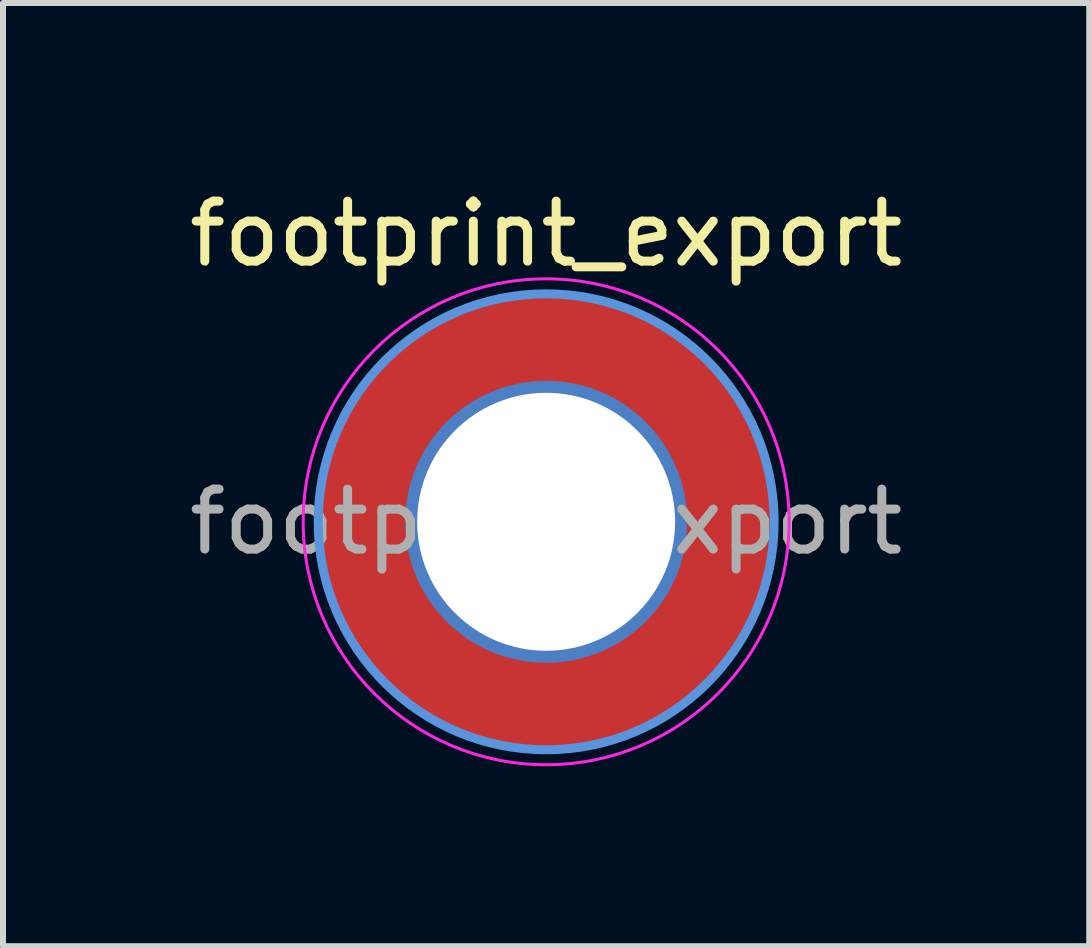
<source format=kicad_pcb>
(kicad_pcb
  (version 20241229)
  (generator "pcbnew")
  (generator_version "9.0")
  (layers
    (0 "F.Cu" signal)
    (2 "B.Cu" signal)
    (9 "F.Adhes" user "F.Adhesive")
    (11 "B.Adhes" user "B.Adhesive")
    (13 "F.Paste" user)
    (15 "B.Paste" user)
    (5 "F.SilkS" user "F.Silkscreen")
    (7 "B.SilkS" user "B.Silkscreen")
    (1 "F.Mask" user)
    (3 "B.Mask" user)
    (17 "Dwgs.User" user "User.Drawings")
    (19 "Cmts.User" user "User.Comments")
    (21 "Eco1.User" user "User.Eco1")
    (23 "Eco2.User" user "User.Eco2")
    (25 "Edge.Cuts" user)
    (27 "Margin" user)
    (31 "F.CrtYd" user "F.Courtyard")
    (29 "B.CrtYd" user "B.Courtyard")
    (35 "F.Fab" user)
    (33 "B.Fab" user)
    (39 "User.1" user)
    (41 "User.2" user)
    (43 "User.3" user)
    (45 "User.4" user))
  (footprint "footprint_export"
    (layer "F.Cu")
    (at 6.054 5.648)
    (property "Reference" "footprint_export" (at 0 -4.8 0) (layer "F.SilkS") (effects (font (size 1 1) (thickness 0.15))))
    (attr exclude_from_pos_files exclude_from_bom)
    (fp_circle (center 0 0) (end 3.8 0) (stroke (width 0.15) (type solid)) (fill no) (layer "Cmts.User"))
    (fp_circle (center 0 0) (end 4.05 0) (stroke (width 0.05) (type solid)) (fill no) (layer "F.CrtYd"))
    (fp_text user "${REFERENCE}" (at 0 0 0) (layer "F.Fab") (effects (font (size 1 1) (thickness 0.15))))
    (pad "1" thru_hole circle (at 0 0) (size 4.7 4.7) (drill 4.3) (layers "*.Cu" "*.Mask"))
    (pad "1" connect circle (at 0 0) (size 7.6 7.6) (layers "F.Cu" "F.Mask")))
  (gr_rect
    (start -3 -3)
    (end 15.107 12.723)
    (stroke (width 0.1) (type default))
    (fill no)
    (layer "Edge.Cuts")))
</source>
